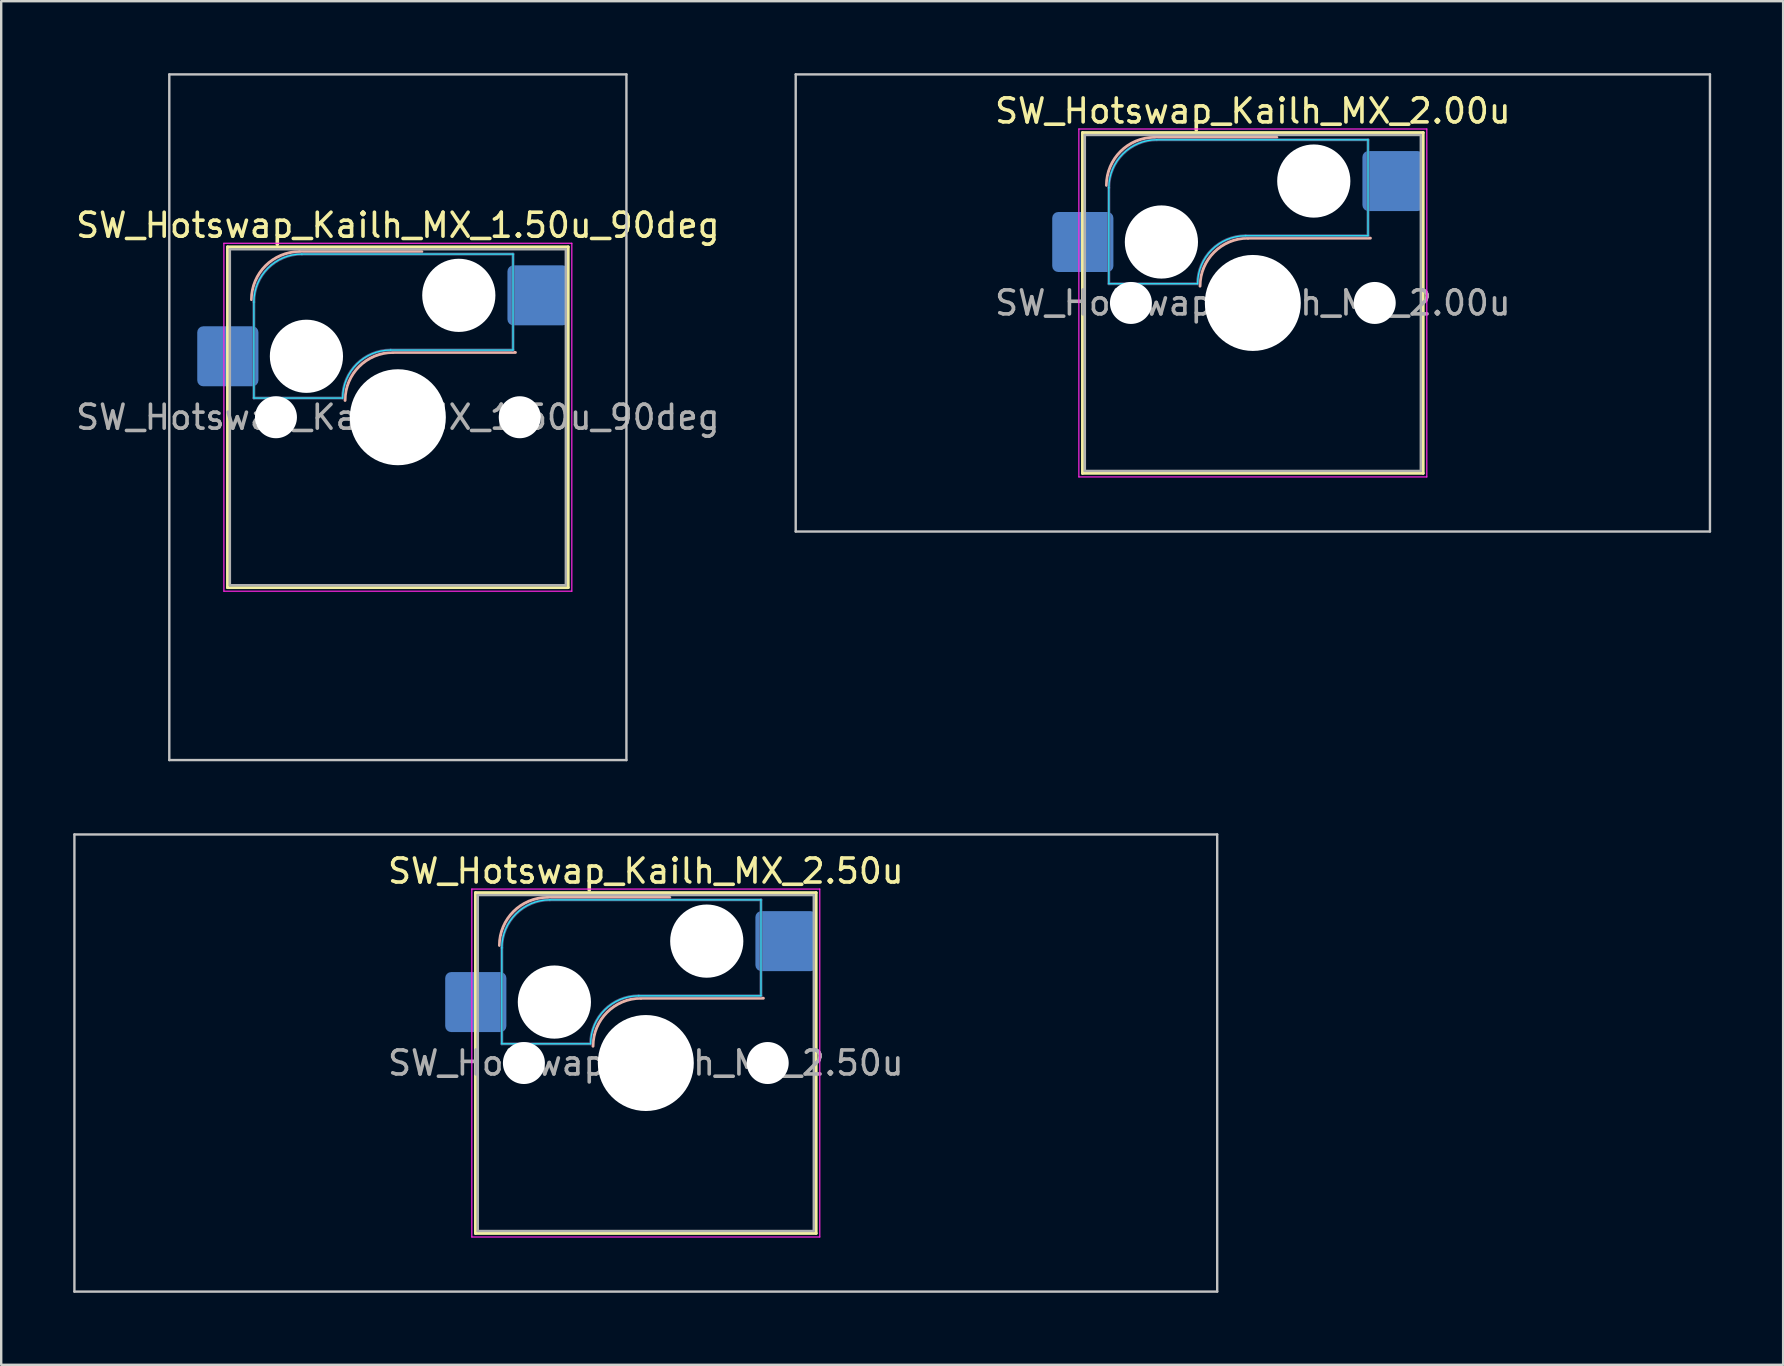
<source format=kicad_pcb>
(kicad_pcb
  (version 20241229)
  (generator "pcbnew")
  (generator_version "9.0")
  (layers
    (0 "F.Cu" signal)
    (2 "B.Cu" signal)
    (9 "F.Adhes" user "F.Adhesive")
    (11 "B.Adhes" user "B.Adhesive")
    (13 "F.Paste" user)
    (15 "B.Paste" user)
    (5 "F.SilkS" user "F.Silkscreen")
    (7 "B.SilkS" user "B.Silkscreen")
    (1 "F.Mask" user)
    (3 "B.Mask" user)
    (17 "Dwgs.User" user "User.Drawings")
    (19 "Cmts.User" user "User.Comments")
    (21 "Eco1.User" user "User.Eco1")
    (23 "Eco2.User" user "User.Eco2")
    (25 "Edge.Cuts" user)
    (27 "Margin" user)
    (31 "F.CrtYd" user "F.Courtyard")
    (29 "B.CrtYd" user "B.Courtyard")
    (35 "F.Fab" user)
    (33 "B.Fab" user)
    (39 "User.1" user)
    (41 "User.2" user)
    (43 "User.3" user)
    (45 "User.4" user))
  (footprint "SW_Hotswap_Kailh_MX_2.00u"
    (layer "F.Cu")
    (at 49.16 9.575)
    (property "Reference" "SW_Hotswap_Kailh_MX_2.00u" (at 0 -8 0) (layer "F.SilkS") (effects (font (size 1 1) (thickness 0.15))))
    (attr smd)
    (fp_line (start -7.1 -7.1) (end -7.1 7.1) (stroke (width 0.12) (type solid)) (layer "F.SilkS"))
    (fp_line (start -7.1 7.1) (end 7.1 7.1) (stroke (width 0.12) (type solid)) (layer "F.SilkS"))
    (fp_line (start 7.1 -7.1) (end -7.1 -7.1) (stroke (width 0.12) (type solid)) (layer "F.SilkS"))
    (fp_line (start 7.1 7.1) (end 7.1 -7.1) (stroke (width 0.12) (type solid)) (layer "F.SilkS"))
    (fp_line (start -4.1 -6.9) (end 1 -6.9) (stroke (width 0.12) (type solid)) (layer "B.SilkS"))
    (fp_line (start -0.2 -2.7) (end 4.9 -2.7) (stroke (width 0.12) (type solid)) (layer "B.SilkS"))
    (fp_arc (start -6.1 -4.9) (mid -5.514214 -6.314214) (end -4.1 -6.9) (stroke (width 0.12) (type solid)) (layer "B.SilkS"))
    (fp_arc (start -2.2 -0.7) (mid -1.614214 -2.114214) (end -0.2 -2.7) (stroke (width 0.12) (type solid)) (layer "B.SilkS"))
    (fp_line (start -19.05 -9.525) (end -19.05 9.525) (stroke (width 0.1) (type solid)) (layer "Dwgs.User"))
    (fp_line (start -19.05 9.525) (end 19.05 9.525) (stroke (width 0.1) (type solid)) (layer "Dwgs.User"))
    (fp_line (start 19.05 -9.525) (end -19.05 -9.525) (stroke (width 0.1) (type solid)) (layer "Dwgs.User"))
    (fp_line (start 19.05 9.525) (end 19.05 -9.525) (stroke (width 0.1) (type solid)) (layer "Dwgs.User"))
    (fp_line (start -7.8 -6) (end -7 -6) (stroke (width 0.1) (type solid)) (layer "Eco1.User"))
    (fp_line (start -7.8 -2.9) (end -7.8 -6) (stroke (width 0.1) (type solid)) (layer "Eco1.User"))
    (fp_line (start -7.8 2.9) (end -7 2.9) (stroke (width 0.1) (type solid)) (layer "Eco1.User"))
    (fp_line (start -7.8 6) (end -7.8 2.9) (stroke (width 0.1) (type solid)) (layer "Eco1.User"))
    (fp_line (start -7 -7) (end 7 -7) (stroke (width 0.1) (type solid)) (layer "Eco1.User"))
    (fp_line (start -7 -6) (end -7 -7) (stroke (width 0.1) (type solid)) (layer "Eco1.User"))
    (fp_line (start -7 -2.9) (end -7.8 -2.9) (stroke (width 0.1) (type solid)) (layer "Eco1.User"))
    (fp_line (start -7 2.9) (end -7 -2.9) (stroke (width 0.1) (type solid)) (layer "Eco1.User"))
    (fp_line (start -7 6) (end -7.8 6) (stroke (width 0.1) (type solid)) (layer "Eco1.User"))
    (fp_line (start -7 7) (end -7 6) (stroke (width 0.1) (type solid)) (layer "Eco1.User"))
    (fp_line (start 7 -7) (end 7 -6) (stroke (width 0.1) (type solid)) (layer "Eco1.User"))
    (fp_line (start 7 -6) (end 7.8 -6) (stroke (width 0.1) (type solid)) (layer "Eco1.User"))
    (fp_line (start 7 -2.9) (end 7 2.9) (stroke (width 0.1) (type solid)) (layer "Eco1.User"))
    (fp_line (start 7 2.9) (end 7.8 2.9) (stroke (width 0.1) (type solid)) (layer "Eco1.User"))
    (fp_line (start 7 6) (end 7 7) (stroke (width 0.1) (type solid)) (layer "Eco1.User"))
    (fp_line (start 7 7) (end -7 7) (stroke (width 0.1) (type solid)) (layer "Eco1.User"))
    (fp_line (start 7.8 -6) (end 7.8 -2.9) (stroke (width 0.1) (type solid)) (layer "Eco1.User"))
    (fp_line (start 7.8 -2.9) (end 7 -2.9) (stroke (width 0.1) (type solid)) (layer "Eco1.User"))
    (fp_line (start 7.8 2.9) (end 7.8 6) (stroke (width 0.1) (type solid)) (layer "Eco1.User"))
    (fp_line (start 7.8 6) (end 7 6) (stroke (width 0.1) (type solid)) (layer "Eco1.User"))
    (fp_line (start -6 -0.8) (end -6 -4.8) (stroke (width 0.05) (type solid)) (layer "B.CrtYd"))
    (fp_line (start -6 -0.8) (end -2.3 -0.8) (stroke (width 0.05) (type solid)) (layer "B.CrtYd"))
    (fp_line (start -4 -6.8) (end 4.8 -6.8) (stroke (width 0.05) (type solid)) (layer "B.CrtYd"))
    (fp_line (start -0.3 -2.8) (end 4.8 -2.8) (stroke (width 0.05) (type solid)) (layer "B.CrtYd"))
    (fp_line (start 4.8 -6.8) (end 4.8 -2.8) (stroke (width 0.05) (type solid)) (layer "B.CrtYd"))
    (fp_arc (start -6 -4.8) (mid -5.414214 -6.214214) (end -4 -6.8) (stroke (width 0.05) (type solid)) (layer "B.CrtYd"))
    (fp_arc (start -2.3 -0.8) (mid -1.714214 -2.214214) (end -0.3 -2.8) (stroke (width 0.05) (type solid)) (layer "B.CrtYd"))
    (fp_line (start -7.25 -7.25) (end -7.25 7.25) (stroke (width 0.05) (type solid)) (layer "F.CrtYd"))
    (fp_line (start -7.25 7.25) (end 7.25 7.25) (stroke (width 0.05) (type solid)) (layer "F.CrtYd"))
    (fp_line (start 7.25 -7.25) (end -7.25 -7.25) (stroke (width 0.05) (type solid)) (layer "F.CrtYd"))
    (fp_line (start 7.25 7.25) (end 7.25 -7.25) (stroke (width 0.05) (type solid)) (layer "F.CrtYd"))
    (fp_line (start -6 -0.8) (end -6 -4.8) (stroke (width 0.12) (type solid)) (layer "B.Fab"))
    (fp_line (start -6 -0.8) (end -2.3 -0.8) (stroke (width 0.12) (type solid)) (layer "B.Fab"))
    (fp_line (start -4 -6.8) (end 4.8 -6.8) (stroke (width 0.12) (type solid)) (layer "B.Fab"))
    (fp_line (start -0.3 -2.8) (end 4.8 -2.8) (stroke (width 0.12) (type solid)) (layer "B.Fab"))
    (fp_line (start 4.8 -6.8) (end 4.8 -2.8) (stroke (width 0.12) (type solid)) (layer "B.Fab"))
    (fp_arc (start -6 -4.8) (mid -5.414214 -6.214214) (end -4 -6.8) (stroke (width 0.12) (type solid)) (layer "B.Fab"))
    (fp_arc (start -2.3 -0.8) (mid -1.714214 -2.214214) (end -0.3 -2.8) (stroke (width 0.12) (type solid)) (layer "B.Fab"))
    (fp_line (start -7 -7) (end -7 7) (stroke (width 0.1) (type solid)) (layer "F.Fab"))
    (fp_line (start -7 7) (end 7 7) (stroke (width 0.1) (type solid)) (layer "F.Fab"))
    (fp_line (start 7 -7) (end -7 -7) (stroke (width 0.1) (type solid)) (layer "F.Fab"))
    (fp_line (start 7 7) (end 7 -7) (stroke (width 0.1) (type solid)) (layer "F.Fab"))
    (fp_text user "${REFERENCE}" (at 0 0 0) (layer "F.Fab") (effects (font (size 1 1) (thickness 0.15))))
    (pad "" np_thru_hole circle (at -5.08 0) (size 1.75 1.75) (drill 1.75) (layers "*.Cu" "*.Mask"))
    (pad "" np_thru_hole circle (at -3.81 -2.54) (size 3.05 3.05) (drill 3.05) (layers "*.Cu" "*.Mask"))
    (pad "" np_thru_hole circle (at 0 0) (size 4 4) (drill 4) (layers "*.Cu" "*.Mask"))
    (pad "" np_thru_hole circle (at 2.54 -5.08) (size 3.05 3.05) (drill 3.05) (layers "*.Cu" "*.Mask"))
    (pad "" np_thru_hole circle (at 5.08 0) (size 1.75 1.75) (drill 1.75) (layers "*.Cu" "*.Mask"))
    (pad "1" smd roundrect (at -7.085 -2.54) (size 2.55 2.5) (layers "B.Cu" "B.Mask" "B.Paste") (roundrect_rratio 0.1))
    (pad "2" smd roundrect (at 5.842 -5.08) (size 2.55 2.5) (layers "B.Cu" "B.Mask" "B.Paste") (roundrect_rratio 0.1)))
  (footprint "SW_Hotswap_Kailh_MX_2.50u"
    (layer "F.Cu")
    (at 23.863 41.25)
    (property "Reference" "SW_Hotswap_Kailh_MX_2.50u" (at 0 -8 0) (layer "F.SilkS") (effects (font (size 1 1) (thickness 0.15))))
    (attr smd)
    (fp_line (start -7.1 -7.1) (end -7.1 7.1) (stroke (width 0.12) (type solid)) (layer "F.SilkS"))
    (fp_line (start -7.1 7.1) (end 7.1 7.1) (stroke (width 0.12) (type solid)) (layer "F.SilkS"))
    (fp_line (start 7.1 -7.1) (end -7.1 -7.1) (stroke (width 0.12) (type solid)) (layer "F.SilkS"))
    (fp_line (start 7.1 7.1) (end 7.1 -7.1) (stroke (width 0.12) (type solid)) (layer "F.SilkS"))
    (fp_line (start -4.1 -6.9) (end 1 -6.9) (stroke (width 0.12) (type solid)) (layer "B.SilkS"))
    (fp_line (start -0.2 -2.7) (end 4.9 -2.7) (stroke (width 0.12) (type solid)) (layer "B.SilkS"))
    (fp_arc (start -6.1 -4.9) (mid -5.514214 -6.314214) (end -4.1 -6.9) (stroke (width 0.12) (type solid)) (layer "B.SilkS"))
    (fp_arc (start -2.2 -0.7) (mid -1.614214 -2.114214) (end -0.2 -2.7) (stroke (width 0.12) (type solid)) (layer "B.SilkS"))
    (fp_line (start -23.812 -9.525) (end -23.812 9.525) (stroke (width 0.1) (type solid)) (layer "Dwgs.User"))
    (fp_line (start -23.812 9.525) (end 23.812 9.525) (stroke (width 0.1) (type solid)) (layer "Dwgs.User"))
    (fp_line (start 23.812 -9.525) (end -23.812 -9.525) (stroke (width 0.1) (type solid)) (layer "Dwgs.User"))
    (fp_line (start 23.812 9.525) (end 23.812 -9.525) (stroke (width 0.1) (type solid)) (layer "Dwgs.User"))
    (fp_line (start -7.8 -6) (end -7 -6) (stroke (width 0.1) (type solid)) (layer "Eco1.User"))
    (fp_line (start -7.8 -2.9) (end -7.8 -6) (stroke (width 0.1) (type solid)) (layer "Eco1.User"))
    (fp_line (start -7.8 2.9) (end -7 2.9) (stroke (width 0.1) (type solid)) (layer "Eco1.User"))
    (fp_line (start -7.8 6) (end -7.8 2.9) (stroke (width 0.1) (type solid)) (layer "Eco1.User"))
    (fp_line (start -7 -7) (end 7 -7) (stroke (width 0.1) (type solid)) (layer "Eco1.User"))
    (fp_line (start -7 -6) (end -7 -7) (stroke (width 0.1) (type solid)) (layer "Eco1.User"))
    (fp_line (start -7 -2.9) (end -7.8 -2.9) (stroke (width 0.1) (type solid)) (layer "Eco1.User"))
    (fp_line (start -7 2.9) (end -7 -2.9) (stroke (width 0.1) (type solid)) (layer "Eco1.User"))
    (fp_line (start -7 6) (end -7.8 6) (stroke (width 0.1) (type solid)) (layer "Eco1.User"))
    (fp_line (start -7 7) (end -7 6) (stroke (width 0.1) (type solid)) (layer "Eco1.User"))
    (fp_line (start 7 -7) (end 7 -6) (stroke (width 0.1) (type solid)) (layer "Eco1.User"))
    (fp_line (start 7 -6) (end 7.8 -6) (stroke (width 0.1) (type solid)) (layer "Eco1.User"))
    (fp_line (start 7 -2.9) (end 7 2.9) (stroke (width 0.1) (type solid)) (layer "Eco1.User"))
    (fp_line (start 7 2.9) (end 7.8 2.9) (stroke (width 0.1) (type solid)) (layer "Eco1.User"))
    (fp_line (start 7 6) (end 7 7) (stroke (width 0.1) (type solid)) (layer "Eco1.User"))
    (fp_line (start 7 7) (end -7 7) (stroke (width 0.1) (type solid)) (layer "Eco1.User"))
    (fp_line (start 7.8 -6) (end 7.8 -2.9) (stroke (width 0.1) (type solid)) (layer "Eco1.User"))
    (fp_line (start 7.8 -2.9) (end 7 -2.9) (stroke (width 0.1) (type solid)) (layer "Eco1.User"))
    (fp_line (start 7.8 2.9) (end 7.8 6) (stroke (width 0.1) (type solid)) (layer "Eco1.User"))
    (fp_line (start 7.8 6) (end 7 6) (stroke (width 0.1) (type solid)) (layer "Eco1.User"))
    (fp_line (start -6 -0.8) (end -6 -4.8) (stroke (width 0.05) (type solid)) (layer "B.CrtYd"))
    (fp_line (start -6 -0.8) (end -2.3 -0.8) (stroke (width 0.05) (type solid)) (layer "B.CrtYd"))
    (fp_line (start -4 -6.8) (end 4.8 -6.8) (stroke (width 0.05) (type solid)) (layer "B.CrtYd"))
    (fp_line (start -0.3 -2.8) (end 4.8 -2.8) (stroke (width 0.05) (type solid)) (layer "B.CrtYd"))
    (fp_line (start 4.8 -6.8) (end 4.8 -2.8) (stroke (width 0.05) (type solid)) (layer "B.CrtYd"))
    (fp_arc (start -6 -4.8) (mid -5.414214 -6.214214) (end -4 -6.8) (stroke (width 0.05) (type solid)) (layer "B.CrtYd"))
    (fp_arc (start -2.3 -0.8) (mid -1.714214 -2.214214) (end -0.3 -2.8) (stroke (width 0.05) (type solid)) (layer "B.CrtYd"))
    (fp_line (start -7.25 -7.25) (end -7.25 7.25) (stroke (width 0.05) (type solid)) (layer "F.CrtYd"))
    (fp_line (start -7.25 7.25) (end 7.25 7.25) (stroke (width 0.05) (type solid)) (layer "F.CrtYd"))
    (fp_line (start 7.25 -7.25) (end -7.25 -7.25) (stroke (width 0.05) (type solid)) (layer "F.CrtYd"))
    (fp_line (start 7.25 7.25) (end 7.25 -7.25) (stroke (width 0.05) (type solid)) (layer "F.CrtYd"))
    (fp_line (start -6 -0.8) (end -6 -4.8) (stroke (width 0.12) (type solid)) (layer "B.Fab"))
    (fp_line (start -6 -0.8) (end -2.3 -0.8) (stroke (width 0.12) (type solid)) (layer "B.Fab"))
    (fp_line (start -4 -6.8) (end 4.8 -6.8) (stroke (width 0.12) (type solid)) (layer "B.Fab"))
    (fp_line (start -0.3 -2.8) (end 4.8 -2.8) (stroke (width 0.12) (type solid)) (layer "B.Fab"))
    (fp_line (start 4.8 -6.8) (end 4.8 -2.8) (stroke (width 0.12) (type solid)) (layer "B.Fab"))
    (fp_arc (start -6 -4.8) (mid -5.414214 -6.214214) (end -4 -6.8) (stroke (width 0.12) (type solid)) (layer "B.Fab"))
    (fp_arc (start -2.3 -0.8) (mid -1.714214 -2.214214) (end -0.3 -2.8) (stroke (width 0.12) (type solid)) (layer "B.Fab"))
    (fp_line (start -7 -7) (end -7 7) (stroke (width 0.1) (type solid)) (layer "F.Fab"))
    (fp_line (start -7 7) (end 7 7) (stroke (width 0.1) (type solid)) (layer "F.Fab"))
    (fp_line (start 7 -7) (end -7 -7) (stroke (width 0.1) (type solid)) (layer "F.Fab"))
    (fp_line (start 7 7) (end 7 -7) (stroke (width 0.1) (type solid)) (layer "F.Fab"))
    (fp_text user "${REFERENCE}" (at 0 0 0) (layer "F.Fab") (effects (font (size 1 1) (thickness 0.15))))
    (pad "" np_thru_hole circle (at -5.08 0) (size 1.75 1.75) (drill 1.75) (layers "*.Cu" "*.Mask"))
    (pad "" np_thru_hole circle (at -3.81 -2.54) (size 3.05 3.05) (drill 3.05) (layers "*.Cu" "*.Mask"))
    (pad "" np_thru_hole circle (at 0 0) (size 4 4) (drill 4) (layers "*.Cu" "*.Mask"))
    (pad "" np_thru_hole circle (at 2.54 -5.08) (size 3.05 3.05) (drill 3.05) (layers "*.Cu" "*.Mask"))
    (pad "" np_thru_hole circle (at 5.08 0) (size 1.75 1.75) (drill 1.75) (layers "*.Cu" "*.Mask"))
    (pad "1" smd roundrect (at -7.085 -2.54) (size 2.55 2.5) (layers "B.Cu" "B.Mask" "B.Paste") (roundrect_rratio 0.1))
    (pad "2" smd roundrect (at 5.842 -5.08) (size 2.55 2.5) (layers "B.Cu" "B.Mask" "B.Paste") (roundrect_rratio 0.1)))
  (footprint "SW_Hotswap_Kailh_MX_1.50u_90deg"
    (layer "F.Cu")
    (at 13.53 14.338)
    (property "Reference" "SW_Hotswap_Kailh_MX_1.50u_90deg" (at 0 -8 0) (layer "F.SilkS") (effects (font (size 1 1) (thickness 0.15))))
    (attr smd)
    (fp_line (start -7.1 -7.1) (end -7.1 7.1) (stroke (width 0.12) (type solid)) (layer "F.SilkS"))
    (fp_line (start -7.1 7.1) (end 7.1 7.1) (stroke (width 0.12) (type solid)) (layer "F.SilkS"))
    (fp_line (start 7.1 -7.1) (end -7.1 -7.1) (stroke (width 0.12) (type solid)) (layer "F.SilkS"))
    (fp_line (start 7.1 7.1) (end 7.1 -7.1) (stroke (width 0.12) (type solid)) (layer "F.SilkS"))
    (fp_line (start -4.1 -6.9) (end 1 -6.9) (stroke (width 0.12) (type solid)) (layer "B.SilkS"))
    (fp_line (start -0.2 -2.7) (end 4.9 -2.7) (stroke (width 0.12) (type solid)) (layer "B.SilkS"))
    (fp_arc (start -6.1 -4.9) (mid -5.514214 -6.314214) (end -4.1 -6.9) (stroke (width 0.12) (type solid)) (layer "B.SilkS"))
    (fp_arc (start -2.2 -0.7) (mid -1.614214 -2.114214) (end -0.2 -2.7) (stroke (width 0.12) (type solid)) (layer "B.SilkS"))
    (fp_line (start -9.525 -14.287) (end 9.525 -14.287) (stroke (width 0.1) (type solid)) (layer "Dwgs.User"))
    (fp_line (start -9.525 14.287) (end -9.525 -14.287) (stroke (width 0.1) (type solid)) (layer "Dwgs.User"))
    (fp_line (start 9.525 -14.287) (end 9.525 14.287) (stroke (width 0.1) (type solid)) (layer "Dwgs.User"))
    (fp_line (start 9.525 14.287) (end -9.525 14.287) (stroke (width 0.1) (type solid)) (layer "Dwgs.User"))
    (fp_line (start -7.8 -6) (end -7 -6) (stroke (width 0.1) (type solid)) (layer "Eco1.User"))
    (fp_line (start -7.8 -2.9) (end -7.8 -6) (stroke (width 0.1) (type solid)) (layer "Eco1.User"))
    (fp_line (start -7.8 2.9) (end -7 2.9) (stroke (width 0.1) (type solid)) (layer "Eco1.User"))
    (fp_line (start -7.8 6) (end -7.8 2.9) (stroke (width 0.1) (type solid)) (layer "Eco1.User"))
    (fp_line (start -7 -7) (end 7 -7) (stroke (width 0.1) (type solid)) (layer "Eco1.User"))
    (fp_line (start -7 -6) (end -7 -7) (stroke (width 0.1) (type solid)) (layer "Eco1.User"))
    (fp_line (start -7 -2.9) (end -7.8 -2.9) (stroke (width 0.1) (type solid)) (layer "Eco1.User"))
    (fp_line (start -7 2.9) (end -7 -2.9) (stroke (width 0.1) (type solid)) (layer "Eco1.User"))
    (fp_line (start -7 6) (end -7.8 6) (stroke (width 0.1) (type solid)) (layer "Eco1.User"))
    (fp_line (start -7 7) (end -7 6) (stroke (width 0.1) (type solid)) (layer "Eco1.User"))
    (fp_line (start 7 -7) (end 7 -6) (stroke (width 0.1) (type solid)) (layer "Eco1.User"))
    (fp_line (start 7 -6) (end 7.8 -6) (stroke (width 0.1) (type solid)) (layer "Eco1.User"))
    (fp_line (start 7 -2.9) (end 7 2.9) (stroke (width 0.1) (type solid)) (layer "Eco1.User"))
    (fp_line (start 7 2.9) (end 7.8 2.9) (stroke (width 0.1) (type solid)) (layer "Eco1.User"))
    (fp_line (start 7 6) (end 7 7) (stroke (width 0.1) (type solid)) (layer "Eco1.User"))
    (fp_line (start 7 7) (end -7 7) (stroke (width 0.1) (type solid)) (layer "Eco1.User"))
    (fp_line (start 7.8 -6) (end 7.8 -2.9) (stroke (width 0.1) (type solid)) (layer "Eco1.User"))
    (fp_line (start 7.8 -2.9) (end 7 -2.9) (stroke (width 0.1) (type solid)) (layer "Eco1.User"))
    (fp_line (start 7.8 2.9) (end 7.8 6) (stroke (width 0.1) (type solid)) (layer "Eco1.User"))
    (fp_line (start 7.8 6) (end 7 6) (stroke (width 0.1) (type solid)) (layer "Eco1.User"))
    (fp_line (start -6 -0.8) (end -6 -4.8) (stroke (width 0.05) (type solid)) (layer "B.CrtYd"))
    (fp_line (start -6 -0.8) (end -2.3 -0.8) (stroke (width 0.05) (type solid)) (layer "B.CrtYd"))
    (fp_line (start -4 -6.8) (end 4.8 -6.8) (stroke (width 0.05) (type solid)) (layer "B.CrtYd"))
    (fp_line (start -0.3 -2.8) (end 4.8 -2.8) (stroke (width 0.05) (type solid)) (layer "B.CrtYd"))
    (fp_line (start 4.8 -6.8) (end 4.8 -2.8) (stroke (width 0.05) (type solid)) (layer "B.CrtYd"))
    (fp_arc (start -6 -4.8) (mid -5.414214 -6.214214) (end -4 -6.8) (stroke (width 0.05) (type solid)) (layer "B.CrtYd"))
    (fp_arc (start -2.3 -0.8) (mid -1.714214 -2.214214) (end -0.3 -2.8) (stroke (width 0.05) (type solid)) (layer "B.CrtYd"))
    (fp_line (start -7.25 -7.25) (end -7.25 7.25) (stroke (width 0.05) (type solid)) (layer "F.CrtYd"))
    (fp_line (start -7.25 7.25) (end 7.25 7.25) (stroke (width 0.05) (type solid)) (layer "F.CrtYd"))
    (fp_line (start 7.25 -7.25) (end -7.25 -7.25) (stroke (width 0.05) (type solid)) (layer "F.CrtYd"))
    (fp_line (start 7.25 7.25) (end 7.25 -7.25) (stroke (width 0.05) (type solid)) (layer "F.CrtYd"))
    (fp_line (start -6 -0.8) (end -6 -4.8) (stroke (width 0.12) (type solid)) (layer "B.Fab"))
    (fp_line (start -6 -0.8) (end -2.3 -0.8) (stroke (width 0.12) (type solid)) (layer "B.Fab"))
    (fp_line (start -4 -6.8) (end 4.8 -6.8) (stroke (width 0.12) (type solid)) (layer "B.Fab"))
    (fp_line (start -0.3 -2.8) (end 4.8 -2.8) (stroke (width 0.12) (type solid)) (layer "B.Fab"))
    (fp_line (start 4.8 -6.8) (end 4.8 -2.8) (stroke (width 0.12) (type solid)) (layer "B.Fab"))
    (fp_arc (start -6 -4.8) (mid -5.414214 -6.214214) (end -4 -6.8) (stroke (width 0.12) (type solid)) (layer "B.Fab"))
    (fp_arc (start -2.3 -0.8) (mid -1.714214 -2.214214) (end -0.3 -2.8) (stroke (width 0.12) (type solid)) (layer "B.Fab"))
    (fp_line (start -7 -7) (end -7 7) (stroke (width 0.1) (type solid)) (layer "F.Fab"))
    (fp_line (start -7 7) (end 7 7) (stroke (width 0.1) (type solid)) (layer "F.Fab"))
    (fp_line (start 7 -7) (end -7 -7) (stroke (width 0.1) (type solid)) (layer "F.Fab"))
    (fp_line (start 7 7) (end 7 -7) (stroke (width 0.1) (type solid)) (layer "F.Fab"))
    (fp_text user "${REFERENCE}" (at 0 0 0) (layer "F.Fab") (effects (font (size 1 1) (thickness 0.15))))
    (pad "" np_thru_hole circle (at -5.08 0) (size 1.75 1.75) (drill 1.75) (layers "*.Cu" "*.Mask"))
    (pad "" np_thru_hole circle (at -3.81 -2.54) (size 3.05 3.05) (drill 3.05) (layers "*.Cu" "*.Mask"))
    (pad "" np_thru_hole circle (at 0 0) (size 4 4) (drill 4) (layers "*.Cu" "*.Mask"))
    (pad "" np_thru_hole circle (at 2.54 -5.08) (size 3.05 3.05) (drill 3.05) (layers "*.Cu" "*.Mask"))
    (pad "" np_thru_hole circle (at 5.08 0) (size 1.75 1.75) (drill 1.75) (layers "*.Cu" "*.Mask"))
    (pad "1" smd roundrect (at -7.085 -2.54) (size 2.55 2.5) (layers "B.Cu" "B.Mask" "B.Paste") (roundrect_rratio 0.1))
    (pad "2" smd roundrect (at 5.842 -5.08) (size 2.55 2.5) (layers "B.Cu" "B.Mask" "B.Paste") (roundrect_rratio 0.1)))
  (gr_rect
    (start -3 -3)
    (end 71.26 53.825)
    (stroke (width 0.1) (type default))
    (fill no)
    (layer "Edge.Cuts")))
</source>
